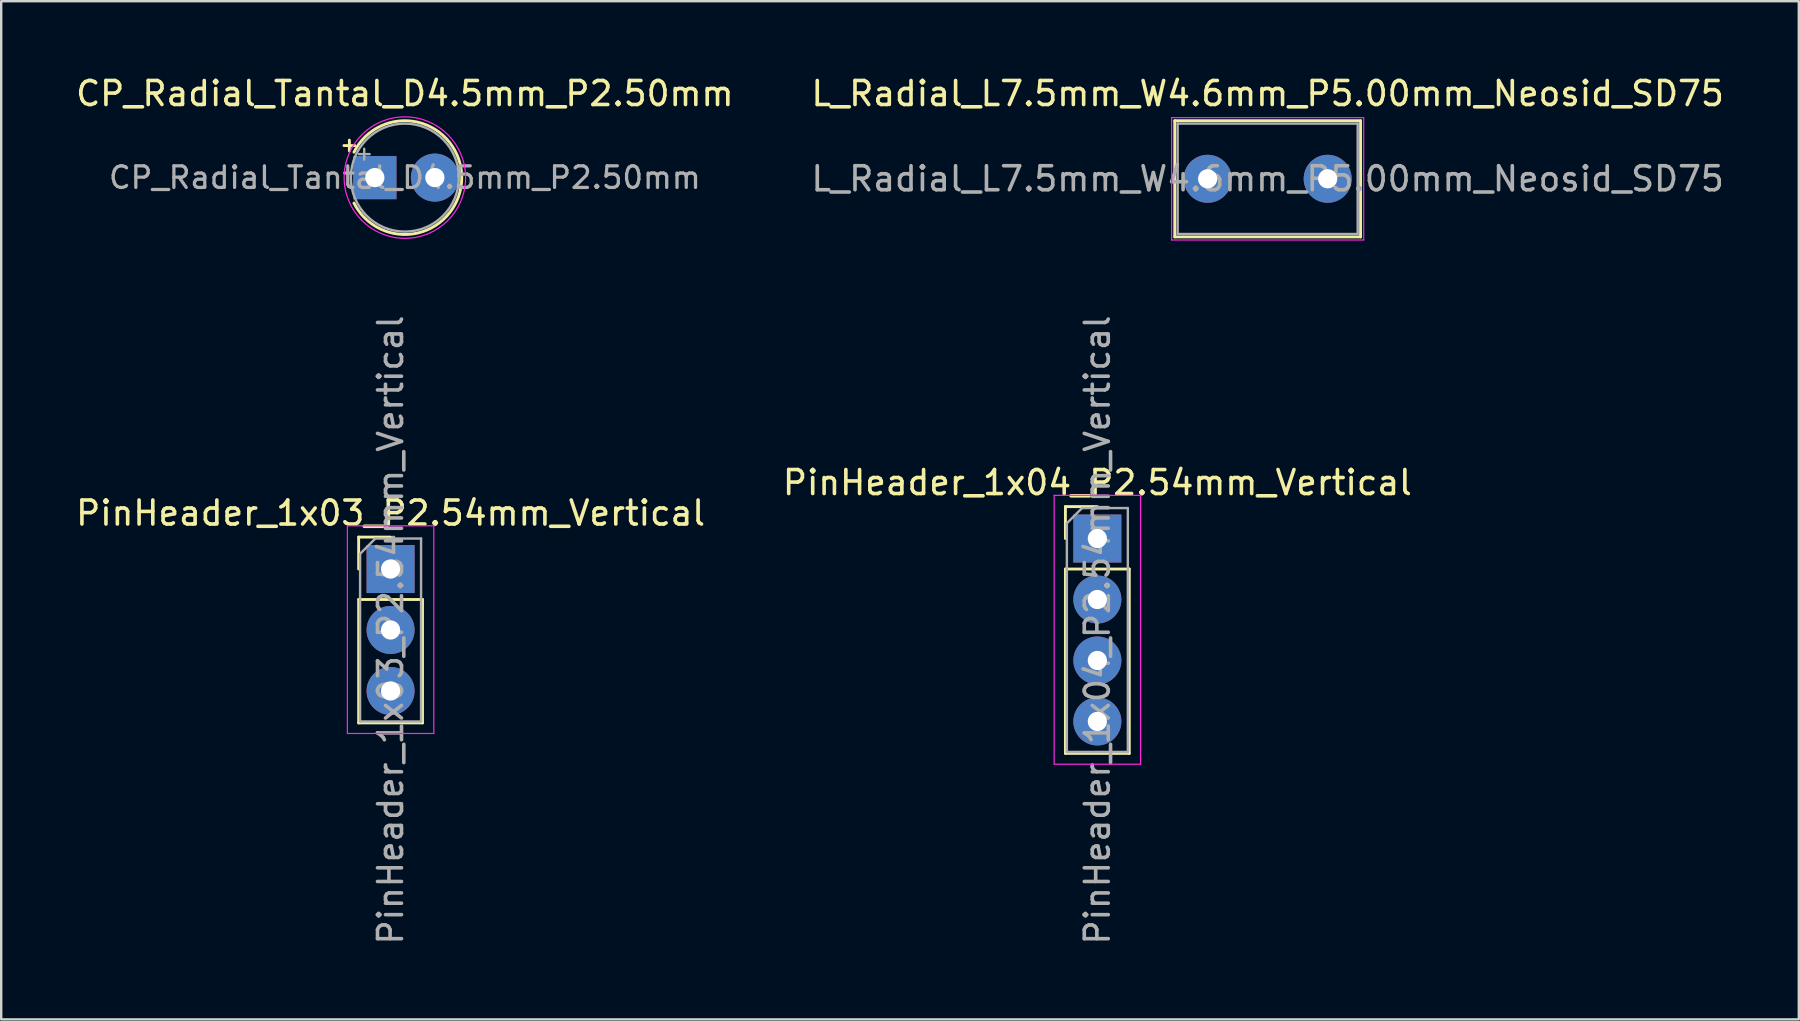
<source format=kicad_pcb>
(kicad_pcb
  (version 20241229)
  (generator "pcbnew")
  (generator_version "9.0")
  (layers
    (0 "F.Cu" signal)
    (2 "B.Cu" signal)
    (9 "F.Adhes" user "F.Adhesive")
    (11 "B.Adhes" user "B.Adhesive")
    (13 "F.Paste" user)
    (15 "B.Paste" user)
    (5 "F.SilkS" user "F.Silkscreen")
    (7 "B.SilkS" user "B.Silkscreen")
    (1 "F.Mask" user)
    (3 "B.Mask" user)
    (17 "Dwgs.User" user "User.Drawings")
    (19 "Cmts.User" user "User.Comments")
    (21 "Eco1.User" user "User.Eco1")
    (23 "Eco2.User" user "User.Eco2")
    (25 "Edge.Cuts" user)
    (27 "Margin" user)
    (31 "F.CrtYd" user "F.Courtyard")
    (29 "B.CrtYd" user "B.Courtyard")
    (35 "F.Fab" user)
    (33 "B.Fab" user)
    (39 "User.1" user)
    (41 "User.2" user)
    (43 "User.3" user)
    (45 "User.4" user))
  (footprint "CP_Radial_Tantal_D4.5mm_P2.50mm"
    (layer "F.Cu")
    (at 12.565 4.348)
    (property "Reference" "CP_Radial_Tantal_D4.5mm_P2.50mm" (at 1.25 -3.5 0) (layer "F.SilkS") (effects (font (size 1 1) (thickness 0.15))))
    (attr through_hole)
    (fp_line (start -1.287 -1.335) (end -0.837 -1.335) (stroke (width 0.12) (type solid)) (layer "F.SilkS"))
    (fp_line (start -1.062 -1.56) (end -1.062 -1.11) (stroke (width 0.12) (type solid)) (layer "F.SilkS"))
    (fp_arc (start -0.869741 -1.06) (mid 3.62 0) (end -0.869741 1.06) (stroke (width 0.12) (type solid)) (layer "F.SilkS"))
    (fp_circle (center 1.25 0) (end 3.78 0) (stroke (width 0.05) (type solid)) (fill no) (layer "F.CrtYd"))
    (fp_line (start -0.668 -0.978) (end -0.218 -0.978) (stroke (width 0.1) (type solid)) (layer "F.Fab"))
    (fp_line (start -0.443 -1.202) (end -0.443 -0.752) (stroke (width 0.1) (type solid)) (layer "F.Fab"))
    (fp_circle (center 1.25 0) (end 3.5 0) (stroke (width 0.1) (type solid)) (fill no) (layer "F.Fab"))
    (fp_text user "${REFERENCE}" (at 1.25 0 0) (layer "F.Fab") (effects (font (size 0.9 0.9) (thickness 0.135))))
    (pad "1" thru_hole rect (at 0 0) (size 1.8 1.8) (drill 0.8) (layers "*.Cu" "*.Mask"))
    (pad "2" thru_hole circle (at 2.5 0) (size 2 2) (drill 0.8) (layers "*.Cu" "*.Mask")))
  (footprint "L_Radial_L7.5mm_W4.6mm_P5.00mm_Neosid_SD75"
    (layer "F.Cu")
    (at 47.256 4.398)
    (property "Reference" "L_Radial_L7.5mm_W4.6mm_P5.00mm_Neosid_SD75" (at 2.5 -3.55 0) (layer "F.SilkS") (effects (font (size 1 1) (thickness 0.15))))
    (attr through_hole)
    (fp_line (start -1.37 -2.42) (end -1.37 2.42) (stroke (width 0.12) (type solid)) (layer "F.SilkS"))
    (fp_line (start -1.37 -2.42) (end 6.37 -2.42) (stroke (width 0.12) (type solid)) (layer "F.SilkS"))
    (fp_line (start -1.37 2.42) (end 6.37 2.42) (stroke (width 0.12) (type solid)) (layer "F.SilkS"))
    (fp_line (start 6.37 -2.42) (end 6.37 2.42) (stroke (width 0.12) (type solid)) (layer "F.SilkS"))
    (fp_line (start -1.5 -2.55) (end -1.5 2.55) (stroke (width 0.05) (type solid)) (layer "F.CrtYd"))
    (fp_line (start -1.5 2.55) (end 6.5 2.55) (stroke (width 0.05) (type solid)) (layer "F.CrtYd"))
    (fp_line (start 6.5 -2.55) (end -1.5 -2.55) (stroke (width 0.05) (type solid)) (layer "F.CrtYd"))
    (fp_line (start 6.5 2.55) (end 6.5 -2.55) (stroke (width 0.05) (type solid)) (layer "F.CrtYd"))
    (fp_line (start -1.25 -2.3) (end -1.25 2.3) (stroke (width 0.1) (type solid)) (layer "F.Fab"))
    (fp_line (start -1.25 2.3) (end 6.25 2.3) (stroke (width 0.1) (type solid)) (layer "F.Fab"))
    (fp_line (start 6.25 -2.3) (end -1.25 -2.3) (stroke (width 0.1) (type solid)) (layer "F.Fab"))
    (fp_line (start 6.25 2.3) (end 6.25 -2.3) (stroke (width 0.1) (type solid)) (layer "F.Fab"))
    (fp_text user "${REFERENCE}" (at 2.5 0 0) (layer "F.Fab") (effects (font (size 1 1) (thickness 0.15))))
    (pad "1" thru_hole circle (at 0 0) (size 2 2) (drill 0.8) (layers "*.Cu" "*.Mask"))
    (pad "2" thru_hole circle (at 5 0) (size 2 2) (drill 0.8) (layers "*.Cu" "*.Mask")))
  (footprint "PinHeader_1x04_P2.54mm_Vertical"
    (layer "F.Cu")
    (at 42.661 19.383)
    (property "Reference" "PinHeader_1x04_P2.54mm_Vertical" (at 0 -2.33 0) (layer "F.SilkS") (effects (font (size 1 1) (thickness 0.15))))
    (attr through_hole)
    (fp_line (start -1.33 -1.33) (end 0 -1.33) (stroke (width 0.12) (type solid)) (layer "F.SilkS"))
    (fp_line (start -1.33 0) (end -1.33 -1.33) (stroke (width 0.12) (type solid)) (layer "F.SilkS"))
    (fp_line (start -1.33 1.27) (end -1.33 8.95) (stroke (width 0.12) (type solid)) (layer "F.SilkS"))
    (fp_line (start -1.33 1.27) (end 1.33 1.27) (stroke (width 0.12) (type solid)) (layer "F.SilkS"))
    (fp_line (start -1.33 8.95) (end 1.33 8.95) (stroke (width 0.12) (type solid)) (layer "F.SilkS"))
    (fp_line (start 1.33 1.27) (end 1.33 8.95) (stroke (width 0.12) (type solid)) (layer "F.SilkS"))
    (fp_line (start -1.8 -1.8) (end -1.8 9.4) (stroke (width 0.05) (type solid)) (layer "F.CrtYd"))
    (fp_line (start -1.8 9.4) (end 1.8 9.4) (stroke (width 0.05) (type solid)) (layer "F.CrtYd"))
    (fp_line (start 1.8 -1.8) (end -1.8 -1.8) (stroke (width 0.05) (type solid)) (layer "F.CrtYd"))
    (fp_line (start 1.8 9.4) (end 1.8 -1.8) (stroke (width 0.05) (type solid)) (layer "F.CrtYd"))
    (fp_line (start -1.27 -0.635) (end -0.635 -1.27) (stroke (width 0.1) (type solid)) (layer "F.Fab"))
    (fp_line (start -1.27 8.89) (end -1.27 -0.635) (stroke (width 0.1) (type solid)) (layer "F.Fab"))
    (fp_line (start -0.635 -1.27) (end 1.27 -1.27) (stroke (width 0.1) (type solid)) (layer "F.Fab"))
    (fp_line (start 1.27 -1.27) (end 1.27 8.89) (stroke (width 0.1) (type solid)) (layer "F.Fab"))
    (fp_line (start 1.27 8.89) (end -1.27 8.89) (stroke (width 0.1) (type solid)) (layer "F.Fab"))
    (fp_text user "${REFERENCE}" (at 0 3.81 90) (layer "F.Fab") (effects (font (size 1 1) (thickness 0.15))))
    (pad "1" thru_hole rect (at 0 0) (size 2 2) (drill 0.8) (layers "*.Cu" "*.Mask"))
    (pad "2" thru_hole circle (at 0 2.54) (size 2 2) (drill 0.8) (layers "*.Cu" "*.Mask"))
    (pad "3" thru_hole circle (at 0 5.08) (size 2 2) (drill 0.8) (layers "*.Cu" "*.Mask"))
    (pad "4" thru_hole circle (at 0 7.62) (size 2 2) (drill 0.8) (layers "*.Cu" "*.Mask")))
  (footprint "PinHeader_1x03_P2.54mm_Vertical"
    (layer "F.Cu")
    (at 13.22 20.653)
    (property "Reference" "PinHeader_1x03_P2.54mm_Vertical" (at 0 -2.33 0) (layer "F.SilkS") (effects (font (size 1 1) (thickness 0.15))))
    (attr through_hole)
    (fp_line (start -1.33 -1.33) (end 0 -1.33) (stroke (width 0.12) (type solid)) (layer "F.SilkS"))
    (fp_line (start -1.33 0) (end -1.33 -1.33) (stroke (width 0.12) (type solid)) (layer "F.SilkS"))
    (fp_line (start -1.33 1.27) (end -1.33 6.41) (stroke (width 0.12) (type solid)) (layer "F.SilkS"))
    (fp_line (start -1.33 1.27) (end 1.33 1.27) (stroke (width 0.12) (type solid)) (layer "F.SilkS"))
    (fp_line (start -1.33 6.41) (end 1.33 6.41) (stroke (width 0.12) (type solid)) (layer "F.SilkS"))
    (fp_line (start 1.33 1.27) (end 1.33 6.41) (stroke (width 0.12) (type solid)) (layer "F.SilkS"))
    (fp_line (start -1.8 -1.8) (end -1.8 6.85) (stroke (width 0.05) (type solid)) (layer "F.CrtYd"))
    (fp_line (start -1.8 6.85) (end 1.8 6.85) (stroke (width 0.05) (type solid)) (layer "F.CrtYd"))
    (fp_line (start 1.8 -1.8) (end -1.8 -1.8) (stroke (width 0.05) (type solid)) (layer "F.CrtYd"))
    (fp_line (start 1.8 6.85) (end 1.8 -1.8) (stroke (width 0.05) (type solid)) (layer "F.CrtYd"))
    (fp_line (start -1.27 -0.635) (end -0.635 -1.27) (stroke (width 0.1) (type solid)) (layer "F.Fab"))
    (fp_line (start -1.27 6.35) (end -1.27 -0.635) (stroke (width 0.1) (type solid)) (layer "F.Fab"))
    (fp_line (start -0.635 -1.27) (end 1.27 -1.27) (stroke (width 0.1) (type solid)) (layer "F.Fab"))
    (fp_line (start 1.27 -1.27) (end 1.27 6.35) (stroke (width 0.1) (type solid)) (layer "F.Fab"))
    (fp_line (start 1.27 6.35) (end -1.27 6.35) (stroke (width 0.1) (type solid)) (layer "F.Fab"))
    (fp_text user "${REFERENCE}" (at 0 2.54 90) (layer "F.Fab") (effects (font (size 1 1) (thickness 0.15))))
    (pad "1" thru_hole rect (at 0 0) (size 2 2) (drill 0.8) (layers "*.Cu" "*.Mask"))
    (pad "2" thru_hole circle (at 0 2.54) (size 2 2) (drill 0.8) (layers "*.Cu" "*.Mask"))
    (pad "3" thru_hole circle (at 0 5.08) (size 2 2) (drill 0.8) (layers "*.Cu" "*.Mask")))
  (gr_rect
    (start -3 -3)
    (end 71.881 39.414)
    (stroke (width 0.1) (type default))
    (fill no)
    (layer "Edge.Cuts")))
</source>
